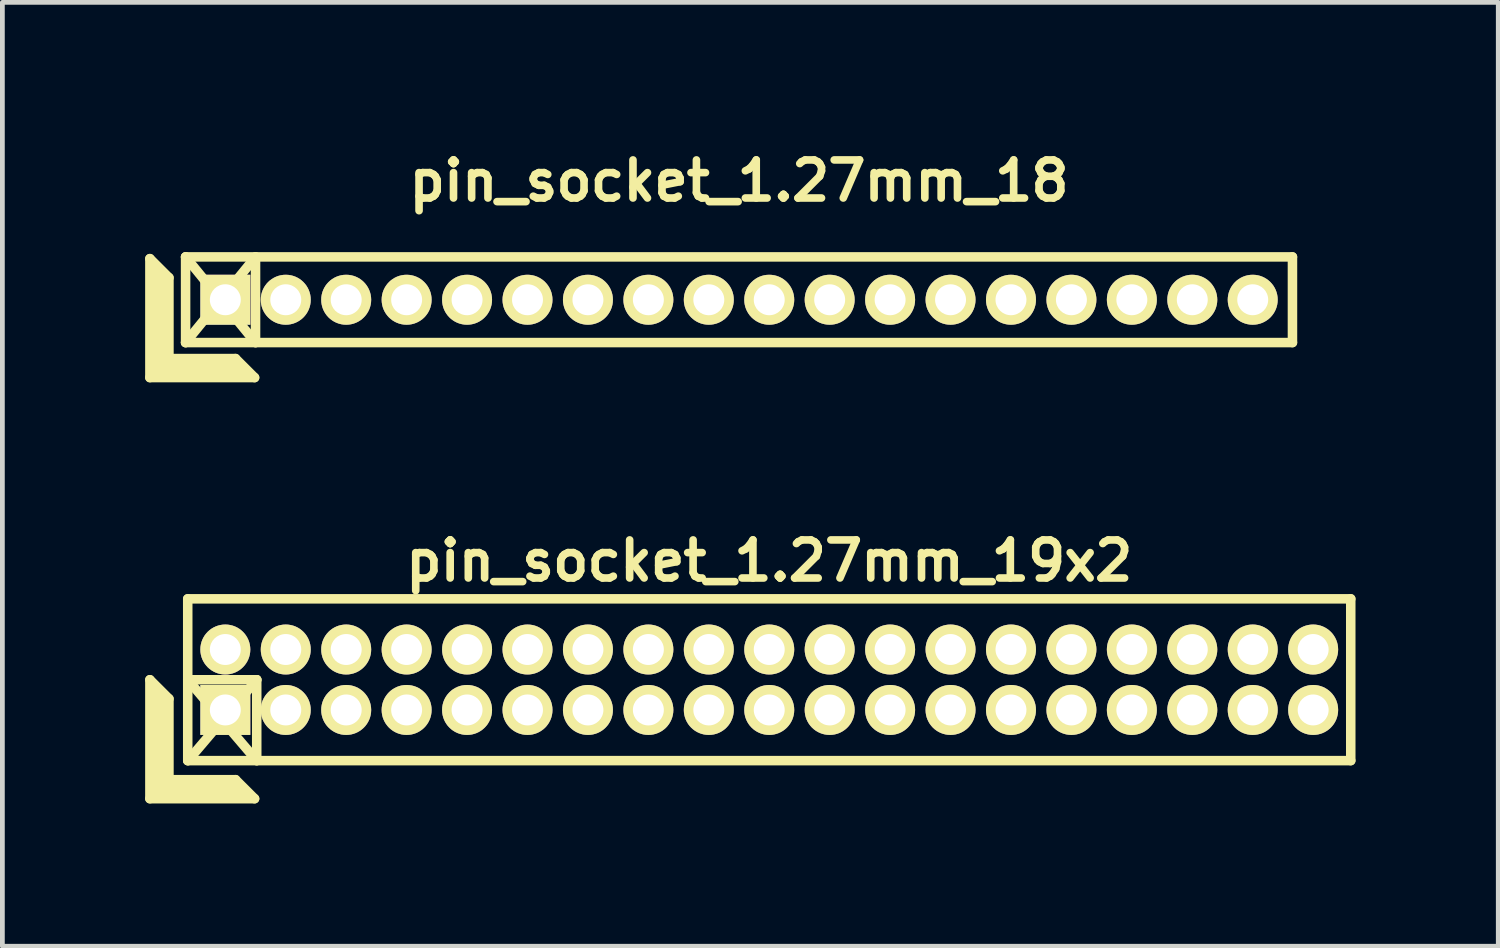
<source format=kicad_pcb>
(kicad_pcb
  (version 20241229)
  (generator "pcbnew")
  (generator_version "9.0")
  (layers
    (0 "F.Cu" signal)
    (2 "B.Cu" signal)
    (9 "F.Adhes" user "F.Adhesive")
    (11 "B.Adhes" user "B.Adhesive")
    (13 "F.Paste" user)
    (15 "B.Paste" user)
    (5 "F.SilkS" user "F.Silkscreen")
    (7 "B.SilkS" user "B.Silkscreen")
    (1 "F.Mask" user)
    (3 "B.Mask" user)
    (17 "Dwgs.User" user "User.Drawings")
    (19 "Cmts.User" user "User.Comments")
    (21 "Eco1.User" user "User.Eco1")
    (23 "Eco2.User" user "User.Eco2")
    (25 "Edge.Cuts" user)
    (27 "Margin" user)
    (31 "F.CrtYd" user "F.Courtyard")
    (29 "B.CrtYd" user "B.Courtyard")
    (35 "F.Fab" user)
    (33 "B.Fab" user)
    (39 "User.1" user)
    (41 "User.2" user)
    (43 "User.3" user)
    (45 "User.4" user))
  (footprint "pin_socket_1.27mm_19x2"
    (layer "F.Cu")
    (at 13.115 11.234)
    (property "Reference" "pin_socket_1.27mm_19x2" (at 0 -2.5 0) (layer "F.SilkS") (effects (font (size 0.8 0.8) (thickness 0.16))))
    (attr through_hole)
    (fp_line (start -13.015 0) (end -13.015 2.5) (stroke (width 0.2) (type solid)) (layer "F.SilkS"))
    (fp_line (start -13.015 0) (end -12.615 0.4) (stroke (width 0.2) (type solid)) (layer "F.SilkS"))
    (fp_line (start -13.015 2.5) (end -10.815 2.5) (stroke (width 0.2) (type solid)) (layer "F.SilkS"))
    (fp_line (start -12.915 2.4) (end -12.915 0.2) (stroke (width 0.2) (type solid)) (layer "F.SilkS"))
    (fp_line (start -12.915 2.4) (end -11.015 2.4) (stroke (width 0.2) (type solid)) (layer "F.SilkS"))
    (fp_line (start -12.815 2.3) (end -12.815 0.3) (stroke (width 0.2) (type solid)) (layer "F.SilkS"))
    (fp_line (start -12.815 2.3) (end -11.115 2.3) (stroke (width 0.2) (type solid)) (layer "F.SilkS"))
    (fp_line (start -12.715 2.2) (end -12.715 0.4) (stroke (width 0.2) (type solid)) (layer "F.SilkS"))
    (fp_line (start -12.715 2.2) (end -11.215 2.2) (stroke (width 0.2) (type solid)) (layer "F.SilkS"))
    (fp_line (start -12.615 2.1) (end -12.615 0.4) (stroke (width 0.2) (type solid)) (layer "F.SilkS"))
    (fp_line (start -12.615 2.1) (end -11.215 2.1) (stroke (width 0.2) (type solid)) (layer "F.SilkS"))
    (fp_line (start -12.22 -1.7) (end 12.22 -1.7) (stroke (width 0.2) (type solid)) (layer "F.SilkS"))
    (fp_line (start -12.22 0) (end -10.77 0) (stroke (width 0.2) (type solid)) (layer "F.SilkS"))
    (fp_line (start -12.22 0) (end -10.77 1.7) (stroke (width 0.2) (type solid)) (layer "F.SilkS"))
    (fp_line (start -12.22 1.7) (end -12.22 -1.7) (stroke (width 0.2) (type solid)) (layer "F.SilkS"))
    (fp_line (start -11.215 2.1) (end -10.815 2.5) (stroke (width 0.2) (type solid)) (layer "F.SilkS"))
    (fp_line (start -10.77 0) (end -12.215 1.7) (stroke (width 0.2) (type solid)) (layer "F.SilkS"))
    (fp_line (start -10.77 0) (end -10.77 1.7) (stroke (width 0.2) (type solid)) (layer "F.SilkS"))
    (fp_line (start 12.22 -1.7) (end 12.22 1.7) (stroke (width 0.2) (type solid)) (layer "F.SilkS"))
    (fp_line (start 12.22 1.7) (end -12.22 1.7) (stroke (width 0.2) (type solid)) (layer "F.SilkS"))
    (pad "1" thru_hole rect (at -11.43 0.635) (size 1.05 1.05) (drill 0.65) (layers "*.Cu" "*.Mask" "F.SilkS"))
    (pad "2" thru_hole oval (at -11.43 -0.635) (size 1.05 1.05) (drill 0.65) (layers "*.Cu" "*.Mask" "F.SilkS"))
    (pad "3" thru_hole oval (at -10.16 0.635) (size 1.05 1.05) (drill 0.65) (layers "*.Cu" "*.Mask" "F.SilkS"))
    (pad "4" thru_hole oval (at -10.16 -0.635) (size 1.05 1.05) (drill 0.65) (layers "*.Cu" "*.Mask" "F.SilkS"))
    (pad "5" thru_hole oval (at -8.89 0.635) (size 1.05 1.05) (drill 0.65) (layers "*.Cu" "*.Mask" "F.SilkS"))
    (pad "6" thru_hole oval (at -8.89 -0.635) (size 1.05 1.05) (drill 0.65) (layers "*.Cu" "*.Mask" "F.SilkS"))
    (pad "7" thru_hole oval (at -7.62 0.635) (size 1.05 1.05) (drill 0.65) (layers "*.Cu" "*.Mask" "F.SilkS"))
    (pad "8" thru_hole oval (at -7.62 -0.635) (size 1.05 1.05) (drill 0.65) (layers "*.Cu" "*.Mask" "F.SilkS"))
    (pad "9" thru_hole oval (at -6.35 0.635) (size 1.05 1.05) (drill 0.65) (layers "*.Cu" "*.Mask" "F.SilkS"))
    (pad "10" thru_hole oval (at -6.35 -0.635) (size 1.05 1.05) (drill 0.65) (layers "*.Cu" "*.Mask" "F.SilkS"))
    (pad "11" thru_hole oval (at -5.08 0.635) (size 1.05 1.05) (drill 0.65) (layers "*.Cu" "*.Mask" "F.SilkS"))
    (pad "12" thru_hole oval (at -5.08 -0.635) (size 1.05 1.05) (drill 0.65) (layers "*.Cu" "*.Mask" "F.SilkS"))
    (pad "13" thru_hole oval (at -3.81 0.635) (size 1.05 1.05) (drill 0.65) (layers "*.Cu" "*.Mask" "F.SilkS"))
    (pad "14" thru_hole oval (at -3.81 -0.635) (size 1.05 1.05) (drill 0.65) (layers "*.Cu" "*.Mask" "F.SilkS"))
    (pad "15" thru_hole oval (at -2.54 0.635) (size 1.05 1.05) (drill 0.65) (layers "*.Cu" "*.Mask" "F.SilkS"))
    (pad "16" thru_hole oval (at -2.54 -0.635) (size 1.05 1.05) (drill 0.65) (layers "*.Cu" "*.Mask" "F.SilkS"))
    (pad "17" thru_hole oval (at -1.27 0.635) (size 1.05 1.05) (drill 0.65) (layers "*.Cu" "*.Mask" "F.SilkS"))
    (pad "18" thru_hole oval (at -1.27 -0.635) (size 1.05 1.05) (drill 0.65) (layers "*.Cu" "*.Mask" "F.SilkS"))
    (pad "19" thru_hole oval (at 0 0.635) (size 1.05 1.05) (drill 0.65) (layers "*.Cu" "*.Mask" "F.SilkS"))
    (pad "20" thru_hole oval (at 0 -0.635) (size 1.05 1.05) (drill 0.65) (layers "*.Cu" "*.Mask" "F.SilkS"))
    (pad "21" thru_hole oval (at 1.27 0.635) (size 1.05 1.05) (drill 0.65) (layers "*.Cu" "*.Mask" "F.SilkS"))
    (pad "22" thru_hole oval (at 1.27 -0.635) (size 1.05 1.05) (drill 0.65) (layers "*.Cu" "*.Mask" "F.SilkS"))
    (pad "23" thru_hole oval (at 2.54 0.635) (size 1.05 1.05) (drill 0.65) (layers "*.Cu" "*.Mask" "F.SilkS"))
    (pad "24" thru_hole oval (at 2.54 -0.635) (size 1.05 1.05) (drill 0.65) (layers "*.Cu" "*.Mask" "F.SilkS"))
    (pad "25" thru_hole oval (at 3.81 0.635) (size 1.05 1.05) (drill 0.65) (layers "*.Cu" "*.Mask" "F.SilkS"))
    (pad "26" thru_hole oval (at 3.81 -0.635) (size 1.05 1.05) (drill 0.65) (layers "*.Cu" "*.Mask" "F.SilkS"))
    (pad "27" thru_hole oval (at 5.08 0.635) (size 1.05 1.05) (drill 0.65) (layers "*.Cu" "*.Mask" "F.SilkS"))
    (pad "28" thru_hole oval (at 5.08 -0.635) (size 1.05 1.05) (drill 0.65) (layers "*.Cu" "*.Mask" "F.SilkS"))
    (pad "29" thru_hole oval (at 6.35 0.635) (size 1.05 1.05) (drill 0.65) (layers "*.Cu" "*.Mask" "F.SilkS"))
    (pad "30" thru_hole oval (at 6.35 -0.635) (size 1.05 1.05) (drill 0.65) (layers "*.Cu" "*.Mask" "F.SilkS"))
    (pad "31" thru_hole oval (at 7.62 0.635) (size 1.05 1.05) (drill 0.65) (layers "*.Cu" "*.Mask" "F.SilkS"))
    (pad "32" thru_hole oval (at 7.62 -0.635) (size 1.05 1.05) (drill 0.65) (layers "*.Cu" "*.Mask" "F.SilkS"))
    (pad "33" thru_hole oval (at 8.89 0.635) (size 1.05 1.05) (drill 0.65) (layers "*.Cu" "*.Mask" "F.SilkS"))
    (pad "34" thru_hole oval (at 8.89 -0.635) (size 1.05 1.05) (drill 0.65) (layers "*.Cu" "*.Mask" "F.SilkS"))
    (pad "35" thru_hole oval (at 10.16 0.635) (size 1.05 1.05) (drill 0.65) (layers "*.Cu" "*.Mask" "F.SilkS"))
    (pad "36" thru_hole oval (at 10.16 -0.635) (size 1.05 1.05) (drill 0.65) (layers "*.Cu" "*.Mask" "F.SilkS"))
    (pad "37" thru_hole oval (at 11.43 0.635) (size 1.05 1.05) (drill 0.65) (layers "*.Cu" "*.Mask" "F.SilkS"))
    (pad "38" thru_hole oval (at 11.43 -0.635) (size 1.05 1.05) (drill 0.65) (layers "*.Cu" "*.Mask" "F.SilkS")))
  (footprint "pin_socket_1.27mm_18"
    (layer "F.Cu")
    (at 12.48 3.249)
    (property "Reference" "pin_socket_1.27mm_18" (at 0 -2.5 0) (layer "F.SilkS") (effects (font (size 0.8 0.8) (thickness 0.16))))
    (attr through_hole)
    (fp_line (start -12.38 -0.864) (end -12.38 1.636) (stroke (width 0.2) (type solid)) (layer "F.SilkS"))
    (fp_line (start -12.38 -0.864) (end -11.98 -0.464) (stroke (width 0.2) (type solid)) (layer "F.SilkS"))
    (fp_line (start -12.38 1.636) (end -10.18 1.636) (stroke (width 0.2) (type solid)) (layer "F.SilkS"))
    (fp_line (start -12.28 1.536) (end -12.28 -0.664) (stroke (width 0.2) (type solid)) (layer "F.SilkS"))
    (fp_line (start -12.28 1.536) (end -10.38 1.536) (stroke (width 0.2) (type solid)) (layer "F.SilkS"))
    (fp_line (start -12.18 1.436) (end -12.18 -0.564) (stroke (width 0.2) (type solid)) (layer "F.SilkS"))
    (fp_line (start -12.18 1.436) (end -10.48 1.436) (stroke (width 0.2) (type solid)) (layer "F.SilkS"))
    (fp_line (start -12.08 1.336) (end -12.08 -0.464) (stroke (width 0.2) (type solid)) (layer "F.SilkS"))
    (fp_line (start -12.08 1.336) (end -10.58 1.336) (stroke (width 0.2) (type solid)) (layer "F.SilkS"))
    (fp_line (start -11.98 1.236) (end -11.98 -0.464) (stroke (width 0.2) (type solid)) (layer "F.SilkS"))
    (fp_line (start -11.98 1.236) (end -10.58 1.236) (stroke (width 0.2) (type solid)) (layer "F.SilkS"))
    (fp_line (start -11.63 -0.9) (end -10.16 0.9) (stroke (width 0.2) (type solid)) (layer "F.SilkS"))
    (fp_line (start -11.63 -0.9) (end 11.63 -0.9) (stroke (width 0.2) (type solid)) (layer "F.SilkS"))
    (fp_line (start -11.63 0.9) (end -11.63 -0.9) (stroke (width 0.2) (type solid)) (layer "F.SilkS"))
    (fp_line (start -11.63 0.9) (end -10.16 -0.9) (stroke (width 0.2) (type solid)) (layer "F.SilkS"))
    (fp_line (start -10.58 1.236) (end -10.18 1.636) (stroke (width 0.2) (type solid)) (layer "F.SilkS"))
    (fp_line (start -10.16 -0.9) (end -10.16 0.9) (stroke (width 0.2) (type solid)) (layer "F.SilkS"))
    (fp_line (start 11.63 -0.9) (end 11.63 0.9) (stroke (width 0.2) (type solid)) (layer "F.SilkS"))
    (fp_line (start 11.63 0.9) (end -11.63 0.9) (stroke (width 0.2) (type solid)) (layer "F.SilkS"))
    (pad "1" thru_hole rect (at -10.795 0) (size 1.05 1.05) (drill 0.65) (layers "*.Cu" "*.Mask" "F.SilkS"))
    (pad "2" thru_hole oval (at -9.525 0) (size 1.05 1.05) (drill 0.65) (layers "*.Cu" "*.Mask" "F.SilkS"))
    (pad "3" thru_hole oval (at -8.255 0) (size 1.05 1.05) (drill 0.65) (layers "*.Cu" "*.Mask" "F.SilkS"))
    (pad "4" thru_hole oval (at -6.985 0) (size 1.05 1.05) (drill 0.65) (layers "*.Cu" "*.Mask" "F.SilkS"))
    (pad "5" thru_hole oval (at -5.715 0) (size 1.05 1.05) (drill 0.65) (layers "*.Cu" "*.Mask" "F.SilkS"))
    (pad "6" thru_hole oval (at -4.445 0) (size 1.05 1.05) (drill 0.65) (layers "*.Cu" "*.Mask" "F.SilkS"))
    (pad "7" thru_hole oval (at -3.175 0) (size 1.05 1.05) (drill 0.65) (layers "*.Cu" "*.Mask" "F.SilkS"))
    (pad "8" thru_hole oval (at -1.905 0) (size 1.05 1.05) (drill 0.65) (layers "*.Cu" "*.Mask" "F.SilkS"))
    (pad "9" thru_hole oval (at -0.635 0) (size 1.05 1.05) (drill 0.65) (layers "*.Cu" "*.Mask" "F.SilkS"))
    (pad "10" thru_hole oval (at 0.635 0) (size 1.05 1.05) (drill 0.65) (layers "*.Cu" "*.Mask" "F.SilkS"))
    (pad "11" thru_hole oval (at 1.905 0) (size 1.05 1.05) (drill 0.65) (layers "*.Cu" "*.Mask" "F.SilkS"))
    (pad "12" thru_hole oval (at 3.175 0) (size 1.05 1.05) (drill 0.65) (layers "*.Cu" "*.Mask" "F.SilkS"))
    (pad "13" thru_hole oval (at 4.445 0) (size 1.05 1.05) (drill 0.65) (layers "*.Cu" "*.Mask" "F.SilkS"))
    (pad "14" thru_hole oval (at 5.715 0) (size 1.05 1.05) (drill 0.65) (layers "*.Cu" "*.Mask" "F.SilkS"))
    (pad "15" thru_hole oval (at 6.985 0) (size 1.05 1.05) (drill 0.65) (layers "*.Cu" "*.Mask" "F.SilkS"))
    (pad "16" thru_hole oval (at 8.255 0) (size 1.05 1.05) (drill 0.65) (layers "*.Cu" "*.Mask" "F.SilkS"))
    (pad "17" thru_hole oval (at 9.525 0) (size 1.05 1.05) (drill 0.65) (layers "*.Cu" "*.Mask" "F.SilkS"))
    (pad "18" thru_hole oval (at 10.795 0) (size 1.05 1.05) (drill 0.65) (layers "*.Cu" "*.Mask" "F.SilkS")))
  (gr_rect
    (start -3 -3)
    (end 28.435 16.834)
    (stroke (width 0.1) (type default))
    (fill no)
    (layer "Edge.Cuts")))
</source>
